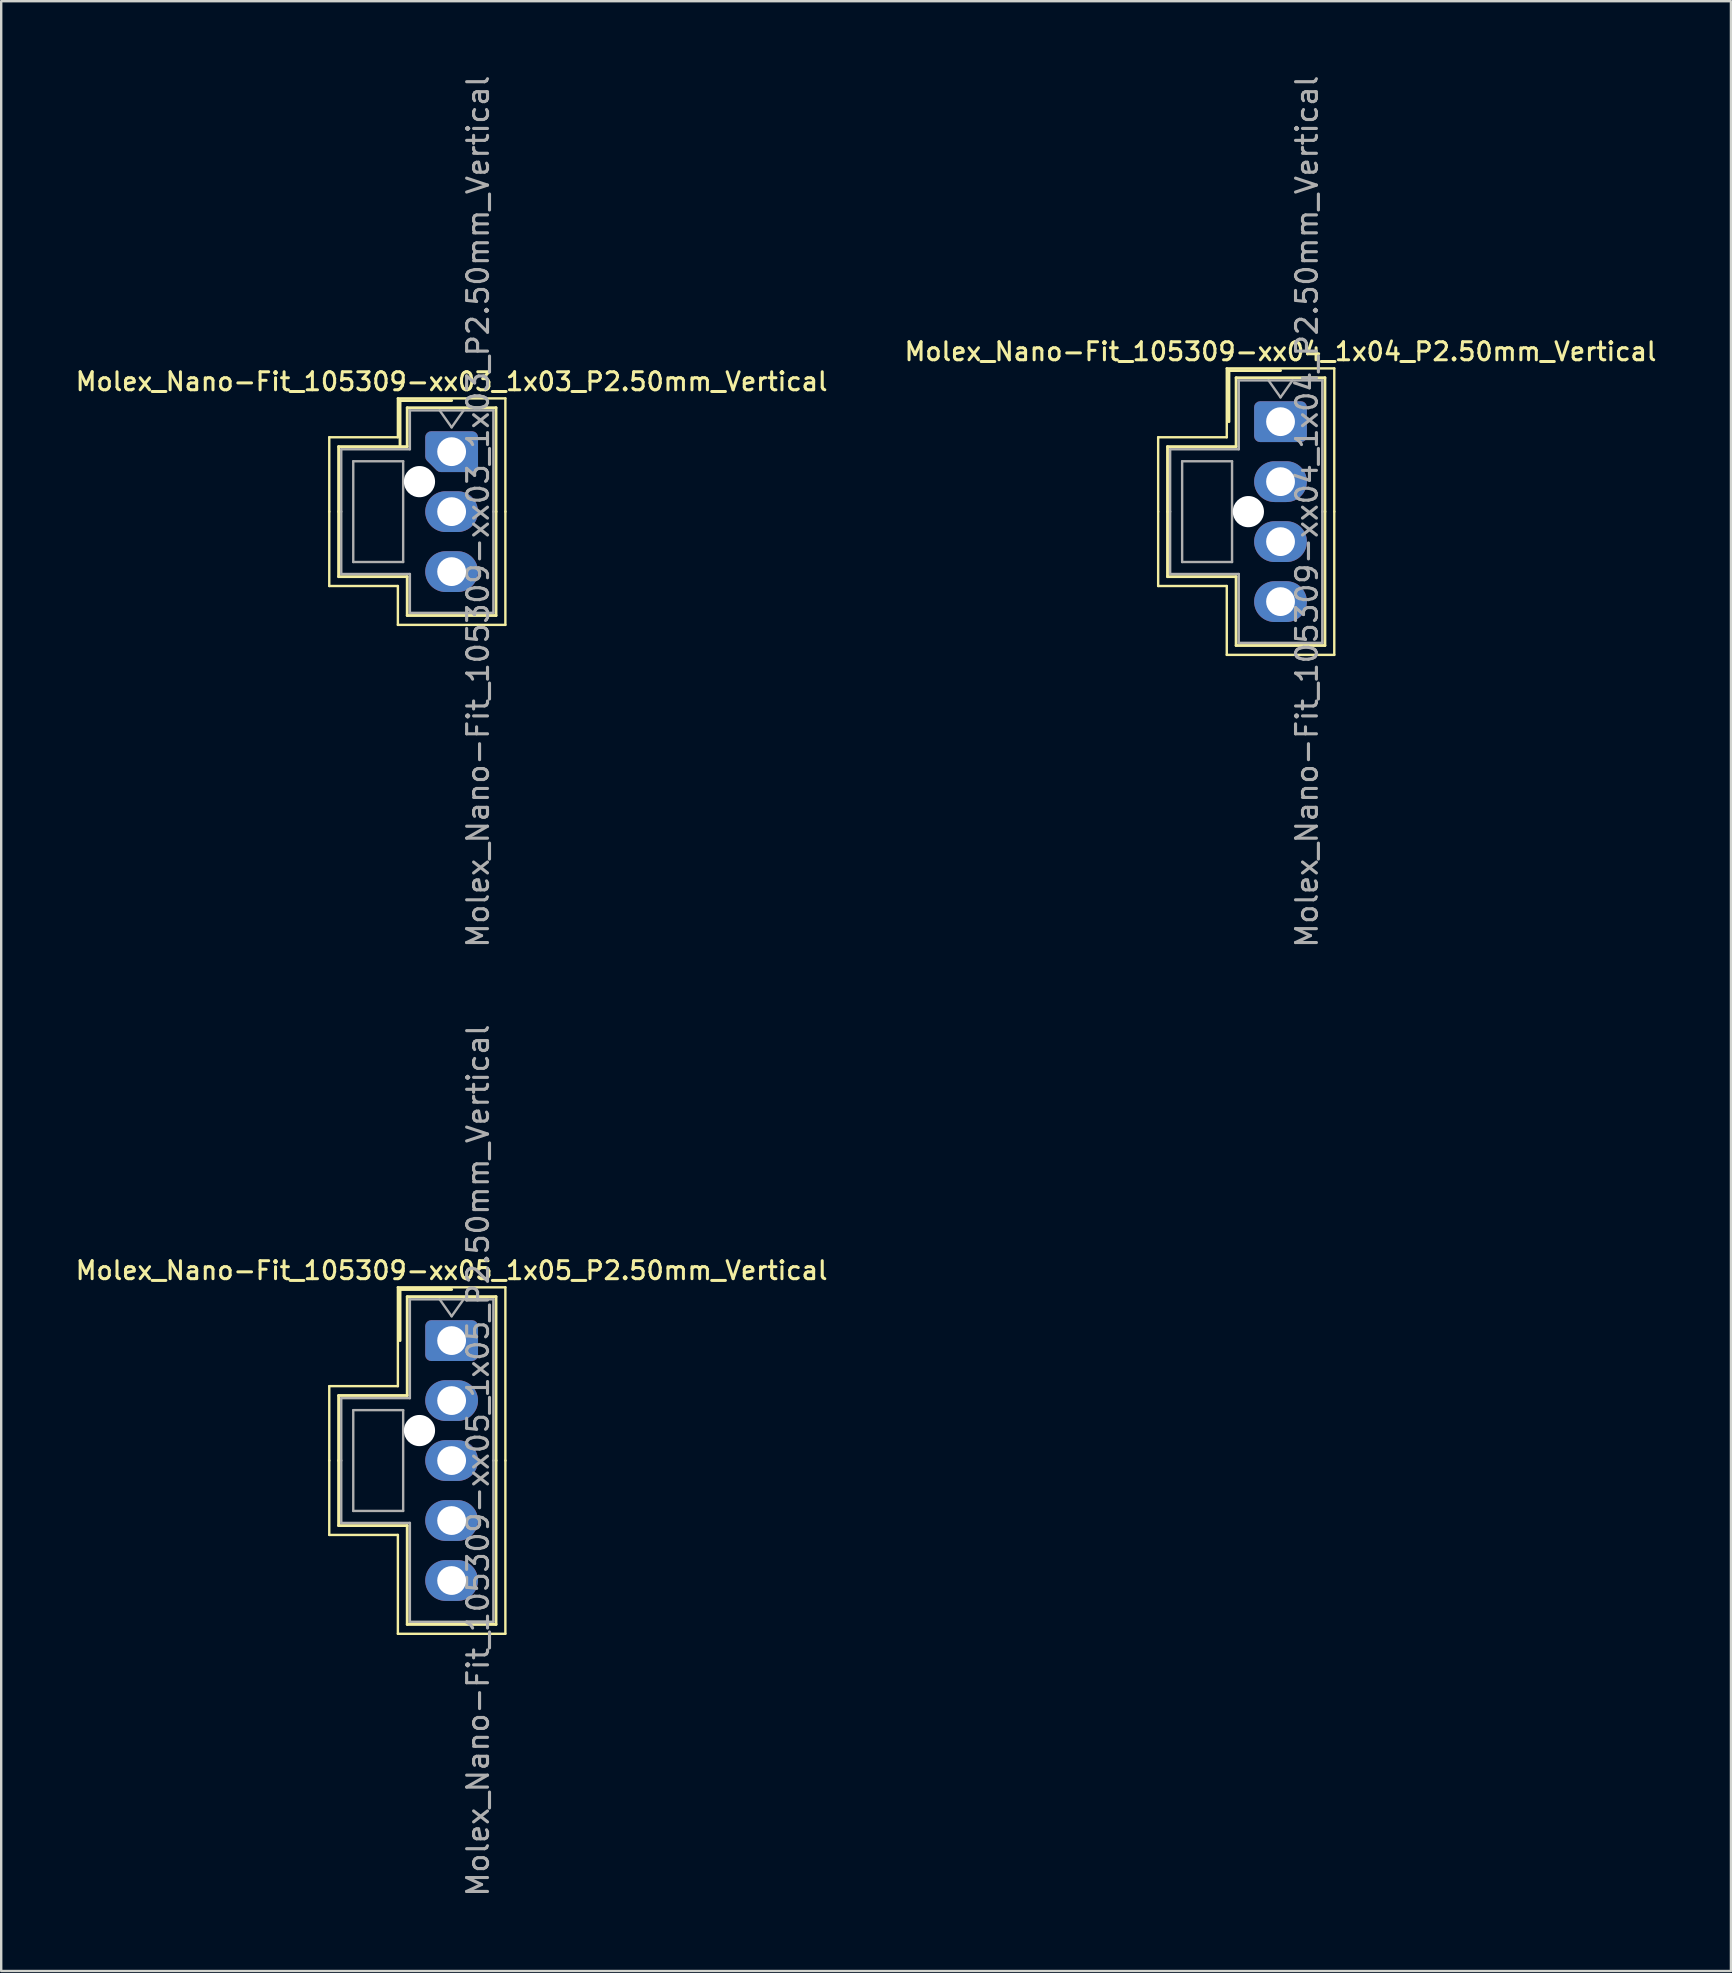
<source format=kicad_pcb>
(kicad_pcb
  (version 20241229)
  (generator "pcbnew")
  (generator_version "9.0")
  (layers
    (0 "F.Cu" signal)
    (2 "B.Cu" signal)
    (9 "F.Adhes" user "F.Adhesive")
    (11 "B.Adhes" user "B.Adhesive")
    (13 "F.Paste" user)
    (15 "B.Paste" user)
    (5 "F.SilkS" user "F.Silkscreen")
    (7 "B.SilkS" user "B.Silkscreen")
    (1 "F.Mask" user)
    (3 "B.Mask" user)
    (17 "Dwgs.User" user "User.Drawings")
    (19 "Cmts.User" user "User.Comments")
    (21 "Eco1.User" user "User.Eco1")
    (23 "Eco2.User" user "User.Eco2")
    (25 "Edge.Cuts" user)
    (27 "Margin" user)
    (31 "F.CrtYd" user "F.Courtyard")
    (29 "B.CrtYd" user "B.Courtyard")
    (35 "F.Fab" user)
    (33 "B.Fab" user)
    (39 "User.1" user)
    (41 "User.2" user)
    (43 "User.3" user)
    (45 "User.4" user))
  (footprint "Molex_Nano-Fit_105309-xx04_1x04_P2.50mm_Vertical"
    (layer "F.Cu")
    (at 50.32 14.524)
    (property "Reference" "Molex_Nano-Fit_105309-xx04_1x04_P2.50mm_Vertical" (at 0 -2.92 0) (layer "F.SilkS") (effects (font (size 0.75 0.75) (thickness 0.125))))
    (attr through_hole)
    (fp_line (start -5.1 0.65) (end -5.1 3.75) (stroke (width 0.1) (type solid)) (layer "F.SilkS"))
    (fp_line (start -5.1 6.85) (end -5.1 3.75) (stroke (width 0.1) (type solid)) (layer "F.SilkS"))
    (fp_line (start -4.71 1.04) (end -4.71 3.75) (stroke (width 0.12) (type solid)) (layer "F.SilkS"))
    (fp_line (start -4.71 6.46) (end -4.71 3.75) (stroke (width 0.12) (type solid)) (layer "F.SilkS"))
    (fp_line (start -2.24 -2.22) (end -2.24 0.65) (stroke (width 0.1) (type solid)) (layer "F.SilkS"))
    (fp_line (start -2.24 0.65) (end -5.1 0.65) (stroke (width 0.1) (type solid)) (layer "F.SilkS"))
    (fp_line (start -2.24 6.85) (end -5.1 6.85) (stroke (width 0.1) (type solid)) (layer "F.SilkS"))
    (fp_line (start -2.24 9.72) (end -2.24 6.85) (stroke (width 0.1) (type solid)) (layer "F.SilkS"))
    (fp_line (start -2.15 -2.13) (end -2.15 0) (stroke (width 0.12) (type solid)) (layer "F.SilkS"))
    (fp_line (start -1.85 -1.83) (end -1.85 1.04) (stroke (width 0.12) (type solid)) (layer "F.SilkS"))
    (fp_line (start -1.85 1.04) (end -4.71 1.04) (stroke (width 0.12) (type solid)) (layer "F.SilkS"))
    (fp_line (start -1.85 6.46) (end -4.71 6.46) (stroke (width 0.12) (type solid)) (layer "F.SilkS"))
    (fp_line (start -1.85 9.33) (end -1.85 6.46) (stroke (width 0.12) (type solid)) (layer "F.SilkS"))
    (fp_line (start 0 -2.13) (end -2.15 -2.13) (stroke (width 0.12) (type solid)) (layer "F.SilkS"))
    (fp_line (start 1.85 -1.83) (end -1.85 -1.83) (stroke (width 0.12) (type solid)) (layer "F.SilkS"))
    (fp_line (start 1.85 3.75) (end 1.85 -1.83) (stroke (width 0.12) (type solid)) (layer "F.SilkS"))
    (fp_line (start 1.85 3.75) (end 1.85 9.33) (stroke (width 0.12) (type solid)) (layer "F.SilkS"))
    (fp_line (start 1.85 9.33) (end -1.85 9.33) (stroke (width 0.12) (type solid)) (layer "F.SilkS"))
    (fp_line (start 2.24 -2.22) (end -2.24 -2.22) (stroke (width 0.1) (type solid)) (layer "F.SilkS"))
    (fp_line (start 2.24 3.75) (end 2.24 -2.22) (stroke (width 0.1) (type solid)) (layer "F.SilkS"))
    (fp_line (start 2.24 3.75) (end 2.24 9.72) (stroke (width 0.1) (type solid)) (layer "F.SilkS"))
    (fp_line (start 2.24 9.72) (end -2.24 9.72) (stroke (width 0.1) (type solid)) (layer "F.SilkS"))
    (fp_line (start -4.6 1.15) (end -4.6 3.75) (stroke (width 0.1) (type solid)) (layer "F.Fab"))
    (fp_line (start -4.6 6.35) (end -4.6 3.75) (stroke (width 0.1) (type solid)) (layer "F.Fab"))
    (fp_line (start -4.1 1.65) (end -4.1 5.85) (stroke (width 0.1) (type solid)) (layer "F.Fab"))
    (fp_line (start -4.1 5.85) (end -2.02 5.85) (stroke (width 0.1) (type solid)) (layer "F.Fab"))
    (fp_line (start -2.02 1.65) (end -4.1 1.65) (stroke (width 0.1) (type solid)) (layer "F.Fab"))
    (fp_line (start -2.02 5.85) (end -2.02 1.65) (stroke (width 0.1) (type solid)) (layer "F.Fab"))
    (fp_line (start -1.74 -1.72) (end -1.74 1.15) (stroke (width 0.1) (type solid)) (layer "F.Fab"))
    (fp_line (start -1.74 1.15) (end -4.6 1.15) (stroke (width 0.1) (type solid)) (layer "F.Fab"))
    (fp_line (start -1.74 6.35) (end -4.6 6.35) (stroke (width 0.1) (type solid)) (layer "F.Fab"))
    (fp_line (start -1.74 9.22) (end -1.74 6.35) (stroke (width 0.1) (type solid)) (layer "F.Fab"))
    (fp_line (start -0.5 -1.72) (end 0 -1.013) (stroke (width 0.1) (type solid)) (layer "F.Fab"))
    (fp_line (start 0 -1.013) (end 0.5 -1.72) (stroke (width 0.1) (type solid)) (layer "F.Fab"))
    (fp_line (start 1.74 -1.72) (end -1.74 -1.72) (stroke (width 0.1) (type solid)) (layer "F.Fab"))
    (fp_line (start 1.74 3.75) (end 1.74 -1.72) (stroke (width 0.1) (type solid)) (layer "F.Fab"))
    (fp_line (start 1.74 3.75) (end 1.74 9.22) (stroke (width 0.1) (type solid)) (layer "F.Fab"))
    (fp_line (start 1.74 9.22) (end -1.74 9.22) (stroke (width 0.1) (type solid)) (layer "F.Fab"))
    (fp_text user "${REFERENCE}" (at 1.1 3.75 90) (layer "F.Fab") (effects (font (size 0.87 0.87) (thickness 0.13))))
    (pad "" np_thru_hole circle (at -1.34 3.75) (size 1.3 1.3) (drill 1.3) (layers "*.Cu" "*.Mask"))
    (pad "1" thru_hole roundrect (at 0 0) (size 2.2 1.7) (drill 1.2) (layers "*.Cu" "*.Mask") (roundrect_rratio 0.147))
    (pad "2" thru_hole oval (at 0 2.5) (size 2.2 1.7) (drill 1.2) (layers "*.Cu" "*.Mask"))
    (pad "3" thru_hole oval (at 0 5) (size 2.2 1.7) (drill 1.2) (layers "*.Cu" "*.Mask"))
    (pad "4" thru_hole oval (at 0 7.5) (size 2.2 1.7) (drill 1.2) (layers "*.Cu" "*.Mask")))
  (footprint "Molex_Nano-Fit_105309-xx03_1x03_P2.50mm_Vertical"
    (layer "F.Cu")
    (at 15.773 15.774)
    (property "Reference" "Molex_Nano-Fit_105309-xx03_1x03_P2.50mm_Vertical" (at 0 -2.92 0) (layer "F.SilkS") (effects (font (size 0.75 0.75) (thickness 0.125))))
    (attr through_hole)
    (fp_line (start -5.1 -0.6) (end -5.1 2.5) (stroke (width 0.1) (type solid)) (layer "F.SilkS"))
    (fp_line (start -5.1 5.6) (end -5.1 2.5) (stroke (width 0.1) (type solid)) (layer "F.SilkS"))
    (fp_line (start -4.71 -0.21) (end -4.71 2.5) (stroke (width 0.12) (type solid)) (layer "F.SilkS"))
    (fp_line (start -4.71 5.21) (end -4.71 2.5) (stroke (width 0.12) (type solid)) (layer "F.SilkS"))
    (fp_line (start -2.24 -2.22) (end -2.24 -0.6) (stroke (width 0.1) (type solid)) (layer "F.SilkS"))
    (fp_line (start -2.24 -0.6) (end -5.1 -0.6) (stroke (width 0.1) (type solid)) (layer "F.SilkS"))
    (fp_line (start -2.24 5.6) (end -5.1 5.6) (stroke (width 0.1) (type solid)) (layer "F.SilkS"))
    (fp_line (start -2.24 7.22) (end -2.24 5.6) (stroke (width 0.1) (type solid)) (layer "F.SilkS"))
    (fp_line (start -2.15 -2.13) (end -2.15 -0.21) (stroke (width 0.12) (type solid)) (layer "F.SilkS"))
    (fp_line (start -1.85 -1.83) (end -1.85 -0.21) (stroke (width 0.12) (type solid)) (layer "F.SilkS"))
    (fp_line (start -1.85 -0.21) (end -4.71 -0.21) (stroke (width 0.12) (type solid)) (layer "F.SilkS"))
    (fp_line (start -1.85 5.21) (end -4.71 5.21) (stroke (width 0.12) (type solid)) (layer "F.SilkS"))
    (fp_line (start -1.85 6.83) (end -1.85 5.21) (stroke (width 0.12) (type solid)) (layer "F.SilkS"))
    (fp_line (start 0 -2.13) (end -2.15 -2.13) (stroke (width 0.12) (type solid)) (layer "F.SilkS"))
    (fp_line (start 1.85 -1.83) (end -1.85 -1.83) (stroke (width 0.12) (type solid)) (layer "F.SilkS"))
    (fp_line (start 1.85 2.5) (end 1.85 -1.83) (stroke (width 0.12) (type solid)) (layer "F.SilkS"))
    (fp_line (start 1.85 2.5) (end 1.85 6.83) (stroke (width 0.12) (type solid)) (layer "F.SilkS"))
    (fp_line (start 1.85 6.83) (end -1.85 6.83) (stroke (width 0.12) (type solid)) (layer "F.SilkS"))
    (fp_line (start 2.24 -2.22) (end -2.24 -2.22) (stroke (width 0.1) (type solid)) (layer "F.SilkS"))
    (fp_line (start 2.24 2.5) (end 2.24 -2.22) (stroke (width 0.1) (type solid)) (layer "F.SilkS"))
    (fp_line (start 2.24 2.5) (end 2.24 7.22) (stroke (width 0.1) (type solid)) (layer "F.SilkS"))
    (fp_line (start 2.24 7.22) (end -2.24 7.22) (stroke (width 0.1) (type solid)) (layer "F.SilkS"))
    (fp_line (start -4.6 -0.1) (end -4.6 2.5) (stroke (width 0.1) (type solid)) (layer "F.Fab"))
    (fp_line (start -4.6 5.1) (end -4.6 2.5) (stroke (width 0.1) (type solid)) (layer "F.Fab"))
    (fp_line (start -4.1 0.4) (end -4.1 4.6) (stroke (width 0.1) (type solid)) (layer "F.Fab"))
    (fp_line (start -4.1 4.6) (end -2.02 4.6) (stroke (width 0.1) (type solid)) (layer "F.Fab"))
    (fp_line (start -2.02 0.4) (end -4.1 0.4) (stroke (width 0.1) (type solid)) (layer "F.Fab"))
    (fp_line (start -2.02 4.6) (end -2.02 0.4) (stroke (width 0.1) (type solid)) (layer "F.Fab"))
    (fp_line (start -1.74 -1.72) (end -1.74 -0.1) (stroke (width 0.1) (type solid)) (layer "F.Fab"))
    (fp_line (start -1.74 -0.1) (end -4.6 -0.1) (stroke (width 0.1) (type solid)) (layer "F.Fab"))
    (fp_line (start -1.74 5.1) (end -4.6 5.1) (stroke (width 0.1) (type solid)) (layer "F.Fab"))
    (fp_line (start -1.74 6.72) (end -1.74 5.1) (stroke (width 0.1) (type solid)) (layer "F.Fab"))
    (fp_line (start -0.5 -1.72) (end 0 -1.013) (stroke (width 0.1) (type solid)) (layer "F.Fab"))
    (fp_line (start 0 -1.013) (end 0.5 -1.72) (stroke (width 0.1) (type solid)) (layer "F.Fab"))
    (fp_line (start 1.74 -1.72) (end -1.74 -1.72) (stroke (width 0.1) (type solid)) (layer "F.Fab"))
    (fp_line (start 1.74 2.5) (end 1.74 -1.72) (stroke (width 0.1) (type solid)) (layer "F.Fab"))
    (fp_line (start 1.74 2.5) (end 1.74 6.72) (stroke (width 0.1) (type solid)) (layer "F.Fab"))
    (fp_line (start 1.74 6.72) (end -1.74 6.72) (stroke (width 0.1) (type solid)) (layer "F.Fab"))
    (fp_text user "${REFERENCE}" (at 1.1 2.5 90) (layer "F.Fab") (effects (font (size 0.87 0.87) (thickness 0.13))))
    (pad "" np_thru_hole circle (at -1.34 1.25) (size 1.3 1.3) (drill 1.3) (layers "*.Cu" "*.Mask"))
    (pad "1" thru_hole custom (at 0 0) (size 1.417 1.417) (drill 1.2) (layers "*.Cu" "*.Mask") (options (anchor circle)) (primitives (gr_poly (pts (xy 0.85 0.6) (xy -0.45 0.6) (xy -0.85 0.2) (xy -0.85 -0.6) (xy 0.85 -0.6)) (width 0.5) (fill yes))))
    (pad "2" thru_hole oval (at 0 2.5) (size 2.2 1.7) (drill 1.2) (layers "*.Cu" "*.Mask"))
    (pad "3" thru_hole oval (at 0 5) (size 2.2 1.7) (drill 1.2) (layers "*.Cu" "*.Mask")))
  (footprint "Molex_Nano-Fit_105309-xx05_1x05_P2.50mm_Vertical"
    (layer "F.Cu")
    (at 15.773 52.823)
    (property "Reference" "Molex_Nano-Fit_105309-xx05_1x05_P2.50mm_Vertical" (at 0 -2.92 0) (layer "F.SilkS") (effects (font (size 0.75 0.75) (thickness 0.125))))
    (attr through_hole)
    (fp_line (start -5.1 1.9) (end -5.1 5) (stroke (width 0.1) (type solid)) (layer "F.SilkS"))
    (fp_line (start -5.1 8.1) (end -5.1 5) (stroke (width 0.1) (type solid)) (layer "F.SilkS"))
    (fp_line (start -4.71 2.29) (end -4.71 5) (stroke (width 0.12) (type solid)) (layer "F.SilkS"))
    (fp_line (start -4.71 7.71) (end -4.71 5) (stroke (width 0.12) (type solid)) (layer "F.SilkS"))
    (fp_line (start -2.24 -2.22) (end -2.24 1.9) (stroke (width 0.1) (type solid)) (layer "F.SilkS"))
    (fp_line (start -2.24 1.9) (end -5.1 1.9) (stroke (width 0.1) (type solid)) (layer "F.SilkS"))
    (fp_line (start -2.24 8.1) (end -5.1 8.1) (stroke (width 0.1) (type solid)) (layer "F.SilkS"))
    (fp_line (start -2.24 12.22) (end -2.24 8.1) (stroke (width 0.1) (type solid)) (layer "F.SilkS"))
    (fp_line (start -2.15 -2.13) (end -2.15 0) (stroke (width 0.12) (type solid)) (layer "F.SilkS"))
    (fp_line (start -1.85 -1.83) (end -1.85 2.29) (stroke (width 0.12) (type solid)) (layer "F.SilkS"))
    (fp_line (start -1.85 2.29) (end -4.71 2.29) (stroke (width 0.12) (type solid)) (layer "F.SilkS"))
    (fp_line (start -1.85 7.71) (end -4.71 7.71) (stroke (width 0.12) (type solid)) (layer "F.SilkS"))
    (fp_line (start -1.85 11.83) (end -1.85 7.71) (stroke (width 0.12) (type solid)) (layer "F.SilkS"))
    (fp_line (start 0 -2.13) (end -2.15 -2.13) (stroke (width 0.12) (type solid)) (layer "F.SilkS"))
    (fp_line (start 1.85 -1.83) (end -1.85 -1.83) (stroke (width 0.12) (type solid)) (layer "F.SilkS"))
    (fp_line (start 1.85 5) (end 1.85 -1.83) (stroke (width 0.12) (type solid)) (layer "F.SilkS"))
    (fp_line (start 1.85 5) (end 1.85 11.83) (stroke (width 0.12) (type solid)) (layer "F.SilkS"))
    (fp_line (start 1.85 11.83) (end -1.85 11.83) (stroke (width 0.12) (type solid)) (layer "F.SilkS"))
    (fp_line (start 2.24 -2.22) (end -2.24 -2.22) (stroke (width 0.1) (type solid)) (layer "F.SilkS"))
    (fp_line (start 2.24 5) (end 2.24 -2.22) (stroke (width 0.1) (type solid)) (layer "F.SilkS"))
    (fp_line (start 2.24 5) (end 2.24 12.22) (stroke (width 0.1) (type solid)) (layer "F.SilkS"))
    (fp_line (start 2.24 12.22) (end -2.24 12.22) (stroke (width 0.1) (type solid)) (layer "F.SilkS"))
    (fp_line (start -4.6 2.4) (end -4.6 5) (stroke (width 0.1) (type solid)) (layer "F.Fab"))
    (fp_line (start -4.6 7.6) (end -4.6 5) (stroke (width 0.1) (type solid)) (layer "F.Fab"))
    (fp_line (start -4.1 2.9) (end -4.1 7.1) (stroke (width 0.1) (type solid)) (layer "F.Fab"))
    (fp_line (start -4.1 7.1) (end -2.02 7.1) (stroke (width 0.1) (type solid)) (layer "F.Fab"))
    (fp_line (start -2.02 2.9) (end -4.1 2.9) (stroke (width 0.1) (type solid)) (layer "F.Fab"))
    (fp_line (start -2.02 7.1) (end -2.02 2.9) (stroke (width 0.1) (type solid)) (layer "F.Fab"))
    (fp_line (start -1.74 -1.72) (end -1.74 2.4) (stroke (width 0.1) (type solid)) (layer "F.Fab"))
    (fp_line (start -1.74 2.4) (end -4.6 2.4) (stroke (width 0.1) (type solid)) (layer "F.Fab"))
    (fp_line (start -1.74 7.6) (end -4.6 7.6) (stroke (width 0.1) (type solid)) (layer "F.Fab"))
    (fp_line (start -1.74 11.72) (end -1.74 7.6) (stroke (width 0.1) (type solid)) (layer "F.Fab"))
    (fp_line (start -0.5 -1.72) (end 0 -1.013) (stroke (width 0.1) (type solid)) (layer "F.Fab"))
    (fp_line (start 0 -1.013) (end 0.5 -1.72) (stroke (width 0.1) (type solid)) (layer "F.Fab"))
    (fp_line (start 1.74 -1.72) (end -1.74 -1.72) (stroke (width 0.1) (type solid)) (layer "F.Fab"))
    (fp_line (start 1.74 5) (end 1.74 -1.72) (stroke (width 0.1) (type solid)) (layer "F.Fab"))
    (fp_line (start 1.74 5) (end 1.74 11.72) (stroke (width 0.1) (type solid)) (layer "F.Fab"))
    (fp_line (start 1.74 11.72) (end -1.74 11.72) (stroke (width 0.1) (type solid)) (layer "F.Fab"))
    (fp_text user "${REFERENCE}" (at 1.1 5 90) (layer "F.Fab") (effects (font (size 0.87 0.87) (thickness 0.13))))
    (pad "" np_thru_hole circle (at -1.34 3.75) (size 1.3 1.3) (drill 1.3) (layers "*.Cu" "*.Mask"))
    (pad "1" thru_hole roundrect (at 0 0) (size 2.2 1.7) (drill 1.2) (layers "*.Cu" "*.Mask") (roundrect_rratio 0.147))
    (pad "2" thru_hole oval (at 0 2.5) (size 2.2 1.7) (drill 1.2) (layers "*.Cu" "*.Mask"))
    (pad "3" thru_hole oval (at 0 5) (size 2.2 1.7) (drill 1.2) (layers "*.Cu" "*.Mask"))
    (pad "4" thru_hole oval (at 0 7.5) (size 2.2 1.7) (drill 1.2) (layers "*.Cu" "*.Mask"))
    (pad "5" thru_hole oval (at 0 10) (size 2.2 1.7) (drill 1.2) (layers "*.Cu" "*.Mask")))
  (gr_rect
    (start -3 -3)
    (end 69.093 79.098)
    (stroke (width 0.1) (type default))
    (fill no)
    (layer "Edge.Cuts")))
</source>
